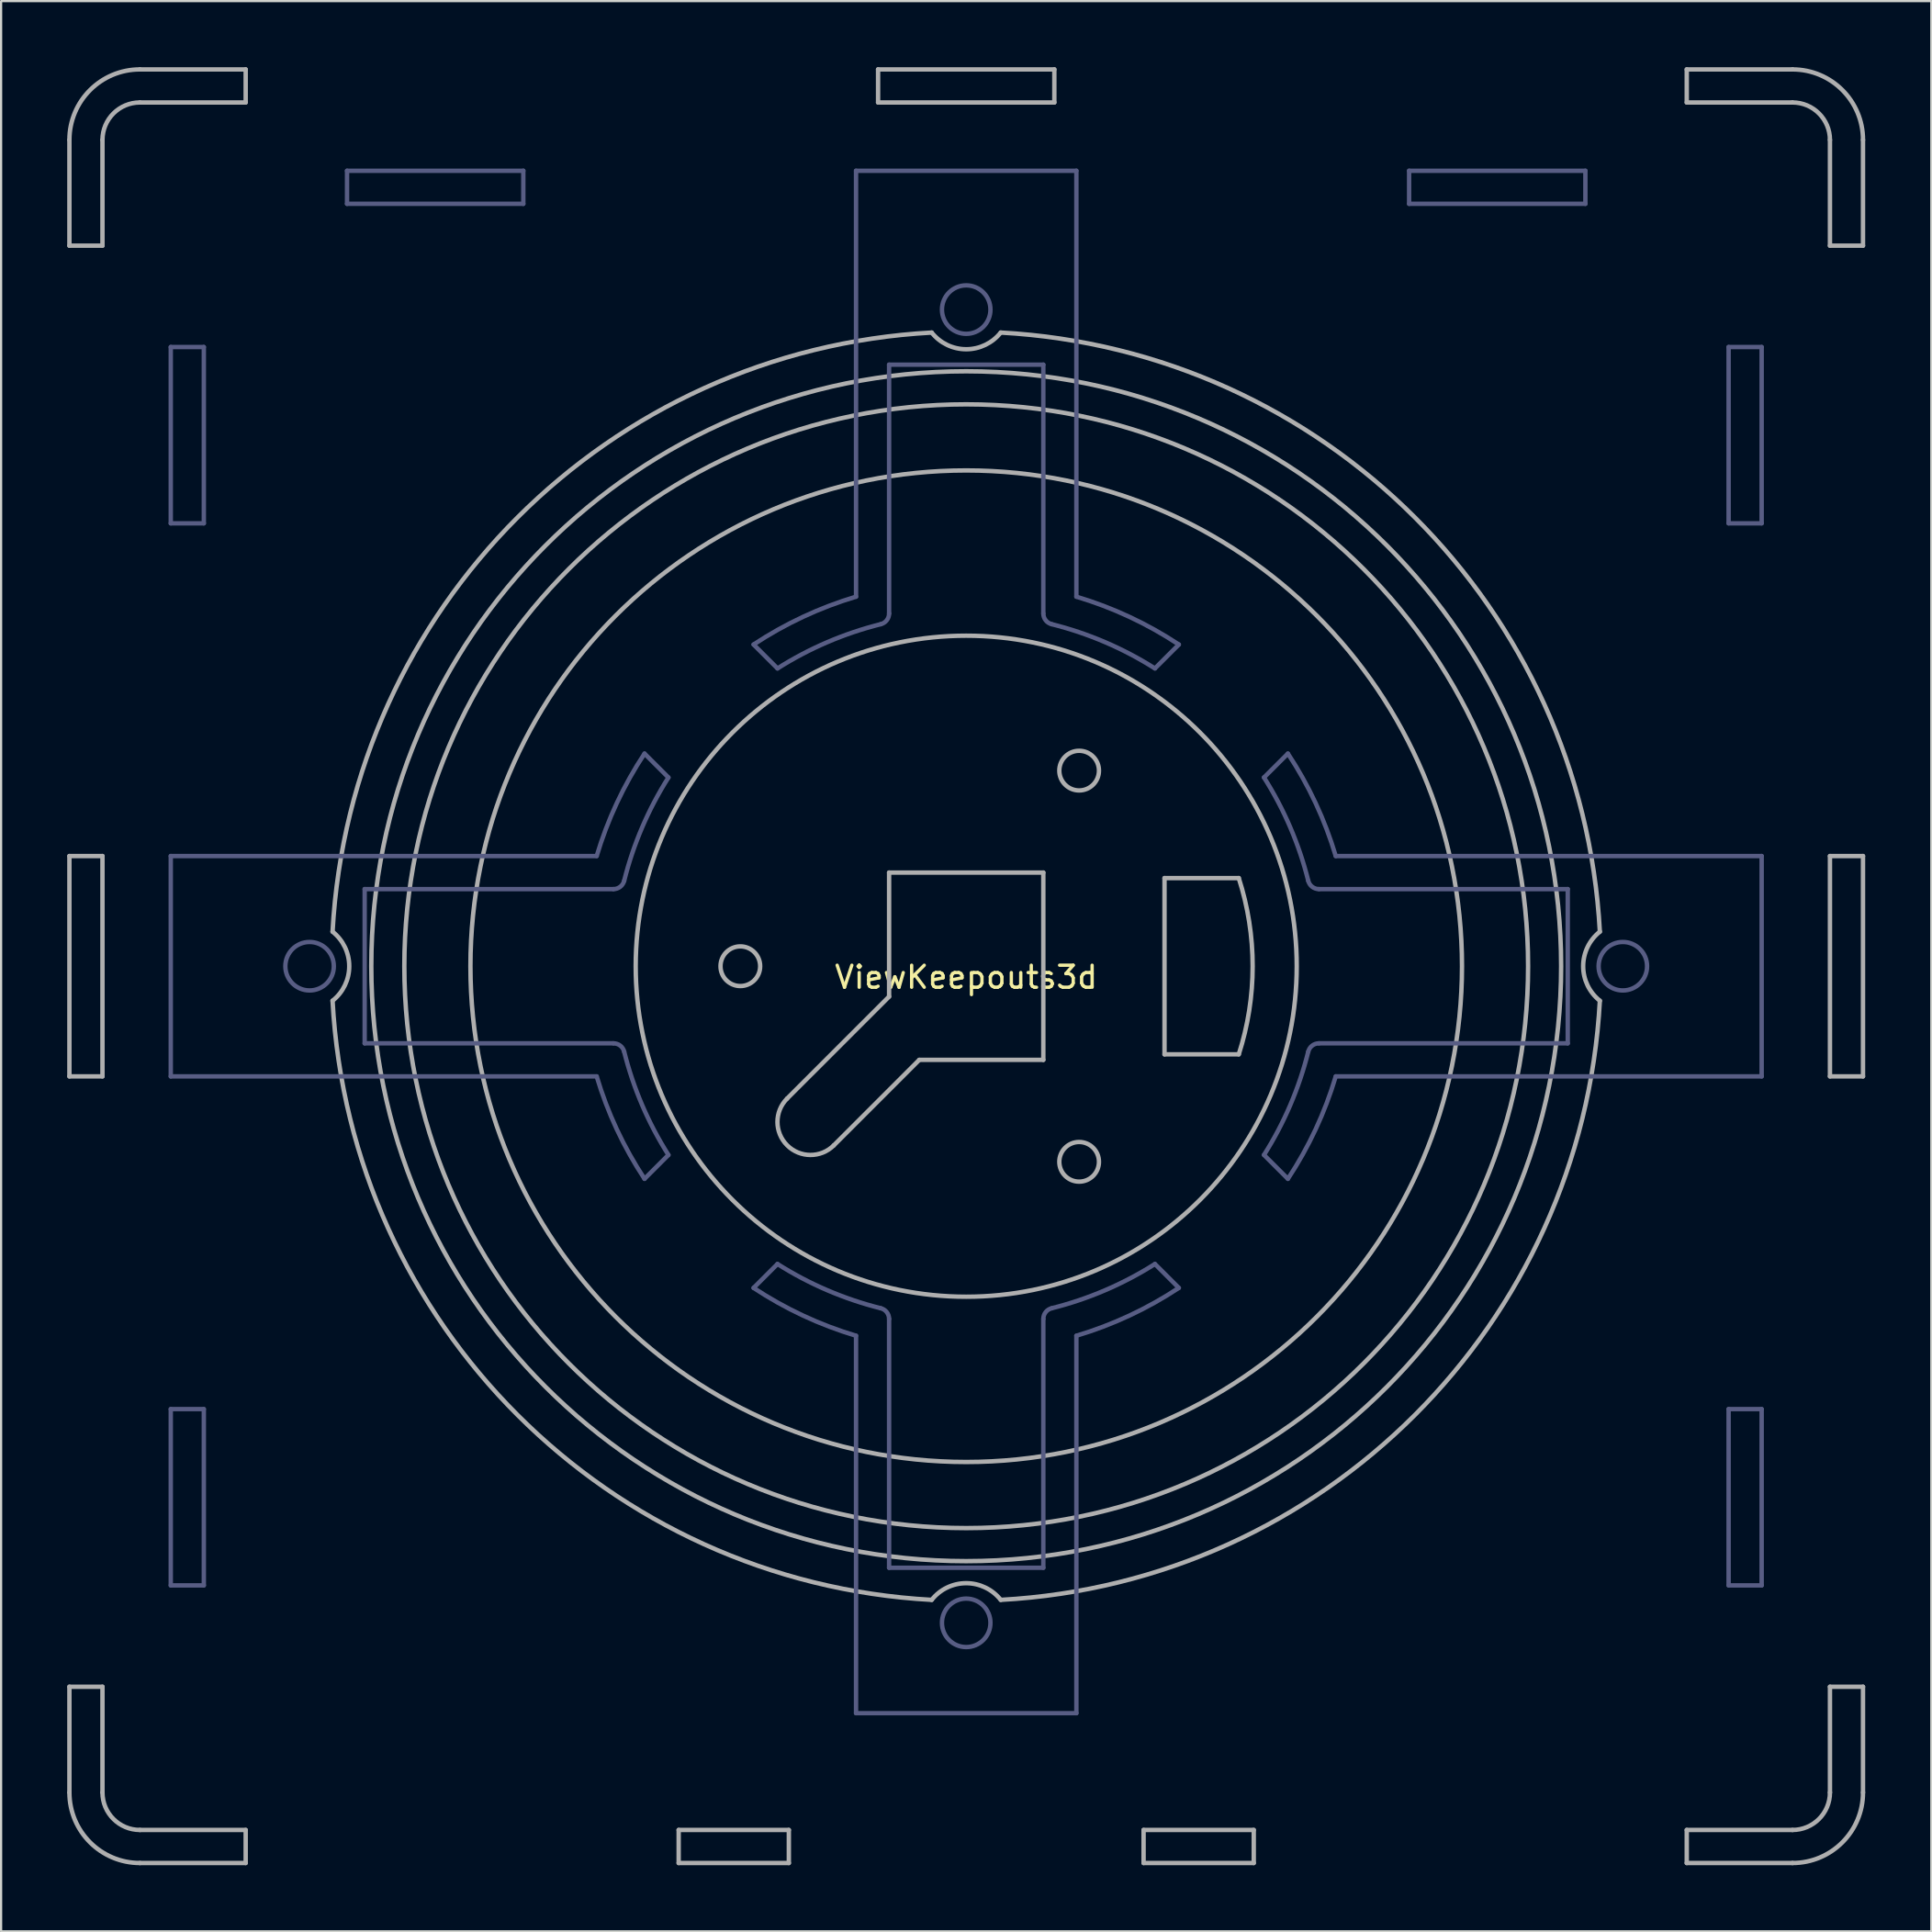
<source format=kicad_pcb>
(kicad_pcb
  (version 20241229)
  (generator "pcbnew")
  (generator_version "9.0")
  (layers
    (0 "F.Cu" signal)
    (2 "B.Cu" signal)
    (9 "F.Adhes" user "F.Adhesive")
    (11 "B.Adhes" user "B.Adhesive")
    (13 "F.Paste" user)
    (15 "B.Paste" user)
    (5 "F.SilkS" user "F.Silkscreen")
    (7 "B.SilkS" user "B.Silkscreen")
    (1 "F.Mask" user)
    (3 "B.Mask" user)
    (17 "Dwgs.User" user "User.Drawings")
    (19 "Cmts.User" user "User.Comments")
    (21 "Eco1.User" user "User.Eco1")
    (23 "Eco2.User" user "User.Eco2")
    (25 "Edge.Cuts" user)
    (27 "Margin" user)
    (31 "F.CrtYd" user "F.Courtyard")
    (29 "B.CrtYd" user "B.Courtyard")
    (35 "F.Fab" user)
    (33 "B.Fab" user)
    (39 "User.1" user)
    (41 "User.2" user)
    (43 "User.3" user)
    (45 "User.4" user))
  (footprint "ViewKeepouts3d"
    (layer "F.Cu")
    (at 40.8 40.8)
    (property "Reference" "ViewKeepouts3d" (at 0 0.5 0) (layer "F.SilkS") (effects (font (size 1 1) (thickness 0.15))))
    (attr exclude_from_pos_files exclude_from_bom)
    (fp_line (start -36.1 -28.1) (end -36.1 -20.1) (stroke (width 0.2) (type solid)) (layer "B.Fab"))
    (fp_line (start -36.1 -20.1) (end -34.6 -20.1) (stroke (width 0.2) (type solid)) (layer "B.Fab"))
    (fp_line (start -36.1 -5) (end -36.1 5) (stroke (width 0.2) (type solid)) (layer "B.Fab"))
    (fp_line (start -36.1 5) (end -16.771 5) (stroke (width 0.2) (type solid)) (layer "B.Fab"))
    (fp_line (start -36.1 20.1) (end -36.1 28.1) (stroke (width 0.2) (type solid)) (layer "B.Fab"))
    (fp_line (start -36.1 28.1) (end -34.6 28.1) (stroke (width 0.2) (type solid)) (layer "B.Fab"))
    (fp_line (start -34.6 -28.1) (end -36.1 -28.1) (stroke (width 0.2) (type solid)) (layer "B.Fab"))
    (fp_line (start -34.6 -20.1) (end -34.6 -28.1) (stroke (width 0.2) (type solid)) (layer "B.Fab"))
    (fp_line (start -34.6 20.1) (end -36.1 20.1) (stroke (width 0.2) (type solid)) (layer "B.Fab"))
    (fp_line (start -34.6 28.1) (end -34.6 20.1) (stroke (width 0.2) (type solid)) (layer "B.Fab"))
    (fp_line (start -28.1 -36.1) (end -28.1 -34.6) (stroke (width 0.2) (type solid)) (layer "B.Fab"))
    (fp_line (start -28.1 -34.6) (end -20.1 -34.6) (stroke (width 0.2) (type solid)) (layer "B.Fab"))
    (fp_line (start -27.3 -3.5) (end -16.008 -3.5) (stroke (width 0.2) (type solid)) (layer "B.Fab"))
    (fp_line (start -27.3 3.5) (end -27.3 -3.5) (stroke (width 0.2) (type solid)) (layer "B.Fab"))
    (fp_line (start -20.1 -36.1) (end -28.1 -36.1) (stroke (width 0.2) (type solid)) (layer "B.Fab"))
    (fp_line (start -20.1 -34.6) (end -20.1 -36.1) (stroke (width 0.2) (type solid)) (layer "B.Fab"))
    (fp_line (start -16.771 -5) (end -36.1 -5) (stroke (width 0.2) (type solid)) (layer "B.Fab"))
    (fp_line (start -16.008 3.5) (end -27.3 3.5) (stroke (width 0.2) (type solid)) (layer "B.Fab"))
    (fp_line (start -14.599 9.649) (end -13.515 8.565) (stroke (width 0.2) (type solid)) (layer "B.Fab"))
    (fp_line (start -13.515 -8.565) (end -14.599 -9.649) (stroke (width 0.2) (type solid)) (layer "B.Fab"))
    (fp_line (start -9.649 -14.599) (end -8.565 -13.515) (stroke (width 0.2) (type solid)) (layer "B.Fab"))
    (fp_line (start -8.565 13.515) (end -9.649 14.599) (stroke (width 0.2) (type solid)) (layer "B.Fab"))
    (fp_line (start -5 -36.1) (end -5 -16.771) (stroke (width 0.2) (type solid)) (layer "B.Fab"))
    (fp_line (start -5 16.771) (end -5 33.9) (stroke (width 0.2) (type solid)) (layer "B.Fab"))
    (fp_line (start -5 33.9) (end 5 33.9) (stroke (width 0.2) (type solid)) (layer "B.Fab"))
    (fp_line (start -3.5 -27.3) (end 3.5 -27.3) (stroke (width 0.2) (type solid)) (layer "B.Fab"))
    (fp_line (start -3.5 -16.008) (end -3.5 -27.3) (stroke (width 0.2) (type solid)) (layer "B.Fab"))
    (fp_line (start -3.5 27.3) (end -3.5 16.008) (stroke (width 0.2) (type solid)) (layer "B.Fab"))
    (fp_line (start 3.5 -27.3) (end 3.5 -16.008) (stroke (width 0.2) (type solid)) (layer "B.Fab"))
    (fp_line (start 3.5 16.008) (end 3.5 27.3) (stroke (width 0.2) (type solid)) (layer "B.Fab"))
    (fp_line (start 3.5 27.3) (end -3.5 27.3) (stroke (width 0.2) (type solid)) (layer "B.Fab"))
    (fp_line (start 5 -36.1) (end -5 -36.1) (stroke (width 0.2) (type solid)) (layer "B.Fab"))
    (fp_line (start 5 -16.771) (end 5 -36.1) (stroke (width 0.2) (type solid)) (layer "B.Fab"))
    (fp_line (start 5 33.9) (end 5 16.771) (stroke (width 0.2) (type solid)) (layer "B.Fab"))
    (fp_line (start 8.565 -13.515) (end 9.649 -14.599) (stroke (width 0.2) (type solid)) (layer "B.Fab"))
    (fp_line (start 9.649 14.599) (end 8.565 13.515) (stroke (width 0.2) (type solid)) (layer "B.Fab"))
    (fp_line (start 13.515 8.565) (end 14.599 9.649) (stroke (width 0.2) (type solid)) (layer "B.Fab"))
    (fp_line (start 14.599 -9.649) (end 13.515 -8.565) (stroke (width 0.2) (type solid)) (layer "B.Fab"))
    (fp_line (start 16.008 -3.5) (end 27.3 -3.5) (stroke (width 0.2) (type solid)) (layer "B.Fab"))
    (fp_line (start 16.771 5) (end 36.1 5) (stroke (width 0.2) (type solid)) (layer "B.Fab"))
    (fp_line (start 20.1 -36.1) (end 20.1 -34.6) (stroke (width 0.2) (type solid)) (layer "B.Fab"))
    (fp_line (start 20.1 -34.6) (end 28.1 -34.6) (stroke (width 0.2) (type solid)) (layer "B.Fab"))
    (fp_line (start 27.3 -3.5) (end 27.3 3.5) (stroke (width 0.2) (type solid)) (layer "B.Fab"))
    (fp_line (start 27.3 3.5) (end 16.008 3.5) (stroke (width 0.2) (type solid)) (layer "B.Fab"))
    (fp_line (start 28.1 -36.1) (end 20.1 -36.1) (stroke (width 0.2) (type solid)) (layer "B.Fab"))
    (fp_line (start 28.1 -34.6) (end 28.1 -36.1) (stroke (width 0.2) (type solid)) (layer "B.Fab"))
    (fp_line (start 34.6 -28.1) (end 34.6 -20.1) (stroke (width 0.2) (type solid)) (layer "B.Fab"))
    (fp_line (start 34.6 -20.1) (end 36.1 -20.1) (stroke (width 0.2) (type solid)) (layer "B.Fab"))
    (fp_line (start 34.6 20.1) (end 34.6 28.1) (stroke (width 0.2) (type solid)) (layer "B.Fab"))
    (fp_line (start 34.6 28.1) (end 36.1 28.1) (stroke (width 0.2) (type solid)) (layer "B.Fab"))
    (fp_line (start 36.1 -28.1) (end 34.6 -28.1) (stroke (width 0.2) (type solid)) (layer "B.Fab"))
    (fp_line (start 36.1 -20.1) (end 36.1 -28.1) (stroke (width 0.2) (type solid)) (layer "B.Fab"))
    (fp_line (start 36.1 -5) (end 16.771 -5) (stroke (width 0.2) (type solid)) (layer "B.Fab"))
    (fp_line (start 36.1 5) (end 36.1 -5) (stroke (width 0.2) (type solid)) (layer "B.Fab"))
    (fp_line (start 36.1 20.1) (end 34.6 20.1) (stroke (width 0.2) (type solid)) (layer "B.Fab"))
    (fp_line (start 36.1 28.1) (end 36.1 20.1) (stroke (width 0.2) (type solid)) (layer "B.Fab"))
    (fp_arc (start -16.770509 -4.999999) (mid -15.856214 -7.404757) (end -14.599229 -9.649481) (stroke (width 0.2) (type solid)) (layer "B.Fab"))
    (fp_arc (start -16.00781 3.499999) (mid -15.700081 3.605914) (end -15.522725 3.878787) (stroke (width 0.2) (type solid)) (layer "B.Fab"))
    (fp_arc (start -15.522725 -3.878788) (mid -14.706493 -6.302306) (end -13.514574 -8.564827) (stroke (width 0.2) (type solid)) (layer "B.Fab"))
    (fp_arc (start -15.522725 -3.878787) (mid -15.700081 -3.605914) (end -16.00781 -3.499999) (stroke (width 0.2) (type solid)) (layer "B.Fab"))
    (fp_arc (start -14.599229 9.649481) (mid -15.856215 7.404757) (end -16.770509 4.999999) (stroke (width 0.2) (type solid)) (layer "B.Fab"))
    (fp_arc (start -13.514575 8.564826) (mid -14.706493 6.302305) (end -15.522725 3.878787) (stroke (width 0.2) (type solid)) (layer "B.Fab"))
    (fp_arc (start -9.649481 -14.599229) (mid -7.404757 -15.856215) (end -4.999999 -16.770509) (stroke (width 0.2) (type solid)) (layer "B.Fab"))
    (fp_arc (start -8.564826 -13.514575) (mid -6.302305 -14.706493) (end -3.878787 -15.522725) (stroke (width 0.2) (type solid)) (layer "B.Fab"))
    (fp_arc (start -4.999999 16.770509) (mid -7.404757 15.856214) (end -9.649481 14.599229) (stroke (width 0.2) (type solid)) (layer "B.Fab"))
    (fp_arc (start -3.878788 15.522725) (mid -6.302306 14.706493) (end -8.564827 13.514574) (stroke (width 0.2) (type solid)) (layer "B.Fab"))
    (fp_arc (start -3.878787 15.522725) (mid -3.605914 15.700081) (end -3.499999 16.00781) (stroke (width 0.2) (type solid)) (layer "B.Fab"))
    (fp_arc (start -3.5 -16.007811) (mid -3.605914 -15.700082) (end -3.878787 -15.522725) (stroke (width 0.2) (type solid)) (layer "B.Fab"))
    (fp_arc (start 3.499999 16.00781) (mid 3.605914 15.700081) (end 3.878787 15.522725) (stroke (width 0.2) (type solid)) (layer "B.Fab"))
    (fp_arc (start 3.878787 -15.522725) (mid 3.605914 -15.700081) (end 3.499999 -16.00781) (stroke (width 0.2) (type solid)) (layer "B.Fab"))
    (fp_arc (start 3.878788 -15.522725) (mid 6.302306 -14.706493) (end 8.564827 -13.514574) (stroke (width 0.2) (type solid)) (layer "B.Fab"))
    (fp_arc (start 4.999999 -16.770509) (mid 7.404757 -15.856214) (end 9.649481 -14.599229) (stroke (width 0.2) (type solid)) (layer "B.Fab"))
    (fp_arc (start 8.564826 13.514575) (mid 6.302305 14.706493) (end 3.878787 15.522725) (stroke (width 0.2) (type solid)) (layer "B.Fab"))
    (fp_arc (start 9.649481 14.599229) (mid 7.404757 15.856215) (end 4.999999 16.770509) (stroke (width 0.2) (type solid)) (layer "B.Fab"))
    (fp_arc (start 13.514575 -8.564826) (mid 14.706493 -6.302305) (end 15.522725 -3.878787) (stroke (width 0.2) (type solid)) (layer "B.Fab"))
    (fp_arc (start 14.599229 -9.649481) (mid 15.856215 -7.404757) (end 16.770509 -4.999999) (stroke (width 0.2) (type solid)) (layer "B.Fab"))
    (fp_arc (start 15.522725 3.878787) (mid 15.700081 3.605914) (end 16.00781 3.499999) (stroke (width 0.2) (type solid)) (layer "B.Fab"))
    (fp_arc (start 15.522725 3.878788) (mid 14.706493 6.302306) (end 13.514574 8.564827) (stroke (width 0.2) (type solid)) (layer "B.Fab"))
    (fp_arc (start 16.007811 -3.5) (mid 15.700082 -3.605914) (end 15.522725 -3.878787) (stroke (width 0.2) (type solid)) (layer "B.Fab"))
    (fp_arc (start 16.770509 4.999999) (mid 15.856214 7.404757) (end 14.599229 9.649481) (stroke (width 0.2) (type solid)) (layer "B.Fab"))
    (fp_circle (center -29.8 0) (end -28.7 0) (stroke (width 0.2) (type solid)) (fill no) (layer "B.Fab"))
    (fp_circle (center 0 -29.8) (end 1.1 -29.8) (stroke (width 0.2) (type solid)) (fill no) (layer "B.Fab"))
    (fp_circle (center 0 29.8) (end 1.1 29.8) (stroke (width 0.2) (type solid)) (fill no) (layer "B.Fab"))
    (fp_circle (center 29.8 0) (end 30.9 0) (stroke (width 0.2) (type solid)) (fill no) (layer "B.Fab"))
    (fp_line (start -40.7 -37.5) (end -40.7 -32.7) (stroke (width 0.2) (type solid)) (layer "F.Fab"))
    (fp_line (start -40.7 -32.7) (end -39.2 -32.7) (stroke (width 0.2) (type solid)) (layer "F.Fab"))
    (fp_line (start -40.7 -5) (end -40.7 5) (stroke (width 0.2) (type solid)) (layer "F.Fab"))
    (fp_line (start -40.7 5) (end -39.2 5) (stroke (width 0.2) (type solid)) (layer "F.Fab"))
    (fp_line (start -40.7 32.7) (end -40.7 37.5) (stroke (width 0.2) (type solid)) (layer "F.Fab"))
    (fp_line (start -39.2 -32.7) (end -39.2 -37.5) (stroke (width 0.2) (type solid)) (layer "F.Fab"))
    (fp_line (start -39.2 -5) (end -40.7 -5) (stroke (width 0.2) (type solid)) (layer "F.Fab"))
    (fp_line (start -39.2 5) (end -39.2 -5) (stroke (width 0.2) (type solid)) (layer "F.Fab"))
    (fp_line (start -39.2 32.7) (end -40.7 32.7) (stroke (width 0.2) (type solid)) (layer "F.Fab"))
    (fp_line (start -39.2 37.5) (end -39.2 32.7) (stroke (width 0.2) (type solid)) (layer "F.Fab"))
    (fp_line (start -37.5 -39.2) (end -32.7 -39.2) (stroke (width 0.2) (type solid)) (layer "F.Fab"))
    (fp_line (start -37.5 40.7) (end -32.7 40.7) (stroke (width 0.2) (type solid)) (layer "F.Fab"))
    (fp_line (start -32.7 -40.7) (end -37.5 -40.7) (stroke (width 0.2) (type solid)) (layer "F.Fab"))
    (fp_line (start -32.7 -39.2) (end -32.7 -40.7) (stroke (width 0.2) (type solid)) (layer "F.Fab"))
    (fp_line (start -32.7 39.2) (end -37.5 39.2) (stroke (width 0.2) (type solid)) (layer "F.Fab"))
    (fp_line (start -32.7 40.7) (end -32.7 39.2) (stroke (width 0.2) (type solid)) (layer "F.Fab"))
    (fp_line (start -13.05 39.2) (end -13.05 40.7) (stroke (width 0.2) (type solid)) (layer "F.Fab"))
    (fp_line (start -13.05 40.7) (end -8.05 40.7) (stroke (width 0.2) (type solid)) (layer "F.Fab"))
    (fp_line (start -8.132 6.01) (end -3.5 1.379) (stroke (width 0.2) (type solid)) (layer "F.Fab"))
    (fp_line (start -8.05 39.2) (end -13.05 39.2) (stroke (width 0.2) (type solid)) (layer "F.Fab"))
    (fp_line (start -8.05 40.7) (end -8.05 39.2) (stroke (width 0.2) (type solid)) (layer "F.Fab"))
    (fp_line (start -4 -40.7) (end -4 -39.2) (stroke (width 0.2) (type solid)) (layer "F.Fab"))
    (fp_line (start -4 -39.2) (end 4 -39.2) (stroke (width 0.2) (type solid)) (layer "F.Fab"))
    (fp_line (start -3.5 -4.25) (end 3.5 -4.25) (stroke (width 0.2) (type solid)) (layer "F.Fab"))
    (fp_line (start -3.5 1.379) (end -3.5 -4.25) (stroke (width 0.2) (type solid)) (layer "F.Fab"))
    (fp_line (start -2.129 4.25) (end -6.01 8.132) (stroke (width 0.2) (type solid)) (layer "F.Fab"))
    (fp_line (start 3.5 -4.25) (end 3.5 4.25) (stroke (width 0.2) (type solid)) (layer "F.Fab"))
    (fp_line (start 3.5 4.25) (end -2.129 4.25) (stroke (width 0.2) (type solid)) (layer "F.Fab"))
    (fp_line (start 4 -40.7) (end -4 -40.7) (stroke (width 0.2) (type solid)) (layer "F.Fab"))
    (fp_line (start 4 -39.2) (end 4 -40.7) (stroke (width 0.2) (type solid)) (layer "F.Fab"))
    (fp_line (start 8.05 39.2) (end 8.05 40.7) (stroke (width 0.2) (type solid)) (layer "F.Fab"))
    (fp_line (start 8.05 40.7) (end 13.05 40.7) (stroke (width 0.2) (type solid)) (layer "F.Fab"))
    (fp_line (start 9 -4) (end 12.369 -4) (stroke (width 0.2) (type solid)) (layer "F.Fab"))
    (fp_line (start 9 4) (end 9 -4) (stroke (width 0.2) (type solid)) (layer "F.Fab"))
    (fp_line (start 12.369 4) (end 9 4) (stroke (width 0.2) (type solid)) (layer "F.Fab"))
    (fp_line (start 13.05 39.2) (end 8.05 39.2) (stroke (width 0.2) (type solid)) (layer "F.Fab"))
    (fp_line (start 13.05 40.7) (end 13.05 39.2) (stroke (width 0.2) (type solid)) (layer "F.Fab"))
    (fp_line (start 32.7 -40.7) (end 32.7 -39.2) (stroke (width 0.2) (type solid)) (layer "F.Fab"))
    (fp_line (start 32.7 -39.2) (end 37.5 -39.2) (stroke (width 0.2) (type solid)) (layer "F.Fab"))
    (fp_line (start 32.7 39.2) (end 32.7 40.7) (stroke (width 0.2) (type solid)) (layer "F.Fab"))
    (fp_line (start 32.7 40.7) (end 37.5 40.7) (stroke (width 0.2) (type solid)) (layer "F.Fab"))
    (fp_line (start 37.5 -40.7) (end 32.7 -40.7) (stroke (width 0.2) (type solid)) (layer "F.Fab"))
    (fp_line (start 37.5 39.2) (end 32.7 39.2) (stroke (width 0.2) (type solid)) (layer "F.Fab"))
    (fp_line (start 39.2 -37.5) (end 39.2 -32.7) (stroke (width 0.2) (type solid)) (layer "F.Fab"))
    (fp_line (start 39.2 -32.7) (end 40.7 -32.7) (stroke (width 0.2) (type solid)) (layer "F.Fab"))
    (fp_line (start 39.2 -5) (end 39.2 5) (stroke (width 0.2) (type solid)) (layer "F.Fab"))
    (fp_line (start 39.2 5) (end 40.7 5) (stroke (width 0.2) (type solid)) (layer "F.Fab"))
    (fp_line (start 39.2 32.7) (end 39.2 37.5) (stroke (width 0.2) (type solid)) (layer "F.Fab"))
    (fp_line (start 40.7 -32.7) (end 40.7 -37.5) (stroke (width 0.2) (type solid)) (layer "F.Fab"))
    (fp_line (start 40.7 -5) (end 39.2 -5) (stroke (width 0.2) (type solid)) (layer "F.Fab"))
    (fp_line (start 40.7 5) (end 40.7 -5) (stroke (width 0.2) (type solid)) (layer "F.Fab"))
    (fp_line (start 40.7 32.7) (end 39.2 32.7) (stroke (width 0.2) (type solid)) (layer "F.Fab"))
    (fp_line (start 40.7 37.5) (end 40.7 32.7) (stroke (width 0.2) (type solid)) (layer "F.Fab"))
    (fp_arc (start -40.7 -37.499999) (mid -39.762741 -39.762741) (end -37.499999 -40.7) (stroke (width 0.2) (type solid)) (layer "F.Fab"))
    (fp_arc (start -39.199999 -37.499999) (mid -38.702081 -38.702081) (end -37.499999 -39.199999) (stroke (width 0.2) (type solid)) (layer "F.Fab"))
    (fp_arc (start -37.499999 39.199999) (mid -38.702081 38.702081) (end -39.199999 37.499999) (stroke (width 0.2) (type solid)) (layer "F.Fab"))
    (fp_arc (start -37.499999 40.699999) (mid -39.762741 39.762741) (end -40.699999 37.499999) (stroke (width 0.2) (type solid)) (layer "F.Fab"))
    (fp_arc (start -28.757334 -1.567093) (mid -28 -0.000001) (end -28.757333 1.567092) (stroke (width 0.2) (type solid)) (layer "F.Fab"))
    (fp_arc (start -28.757333 -1.567093) (mid -20.364675 -20.364675) (end -1.567092 -28.757333) (stroke (width 0.2) (type solid)) (layer "F.Fab"))
    (fp_arc (start -6.010407 8.131727) (mid -8.131727 8.131727) (end -8.131727 6.010407) (stroke (width 0.2) (type solid)) (layer "F.Fab"))
    (fp_arc (start -1.567093 28.757333) (mid -20.364675 20.364675) (end -28.757333 1.567092) (stroke (width 0.2) (type solid)) (layer "F.Fab"))
    (fp_arc (start -1.567093 28.757334) (mid -0.000001 28) (end 1.567092 28.757333) (stroke (width 0.2) (type solid)) (layer "F.Fab"))
    (fp_arc (start 1.567093 -28.757334) (mid 0.000001 -28) (end -1.567092 -28.757333) (stroke (width 0.2) (type solid)) (layer "F.Fab"))
    (fp_arc (start 1.567093 -28.757333) (mid 20.364675 -20.364675) (end 28.757333 -1.567092) (stroke (width 0.2) (type solid)) (layer "F.Fab"))
    (fp_arc (start 12.369316 -4) (mid 12.999999 0) (end 12.369316 3.999999) (stroke (width 0.2) (type solid)) (layer "F.Fab"))
    (fp_arc (start 28.757333 1.567093) (mid 20.364675 20.364675) (end 1.567092 28.757333) (stroke (width 0.2) (type solid)) (layer "F.Fab"))
    (fp_arc (start 28.757334 1.567093) (mid 28 0.000001) (end 28.757333 -1.567092) (stroke (width 0.2) (type solid)) (layer "F.Fab"))
    (fp_arc (start 37.499999 -39.199999) (mid 38.702081 -38.702081) (end 39.199999 -37.499999) (stroke (width 0.2) (type solid)) (layer "F.Fab"))
    (fp_arc (start 37.5 -40.699999) (mid 39.762742 -39.762741) (end 40.7 -37.499999) (stroke (width 0.2) (type solid)) (layer "F.Fab"))
    (fp_arc (start 39.199999 37.499999) (mid 38.702081 38.702081) (end 37.499999 39.199999) (stroke (width 0.2) (type solid)) (layer "F.Fab"))
    (fp_arc (start 40.699999 37.499999) (mid 39.762741 39.762741) (end 37.499999 40.699999) (stroke (width 0.2) (type solid)) (layer "F.Fab"))
    (fp_circle (center -10.251 0) (end -9.351 0) (stroke (width 0.2) (type solid)) (fill no) (layer "F.Fab"))
    (fp_circle (center 0 0) (end 15 0) (stroke (width 0.2) (type solid)) (fill no) (layer "F.Fab"))
    (fp_circle (center 0 0) (end 22.5 0) (stroke (width 0.2) (type solid)) (fill no) (layer "F.Fab"))
    (fp_circle (center 0 0) (end 25.5 0) (stroke (width 0.2) (type solid)) (fill no) (layer "F.Fab"))
    (fp_circle (center 0 0) (end 27 0) (stroke (width 0.2) (type solid)) (fill no) (layer "F.Fab"))
    (fp_circle (center 5.125 -8.877) (end 6.025 -8.877) (stroke (width 0.2) (type solid)) (fill no) (layer "F.Fab"))
    (fp_circle (center 5.125 8.877) (end 6.025 8.877) (stroke (width 0.2) (type solid)) (fill no) (layer "F.Fab")))
  (gr_rect
    (start -3 -3)
    (end 84.6 84.6)
    (stroke (width 0.1) (type default))
    (fill no)
    (layer "Edge.Cuts")))
</source>
